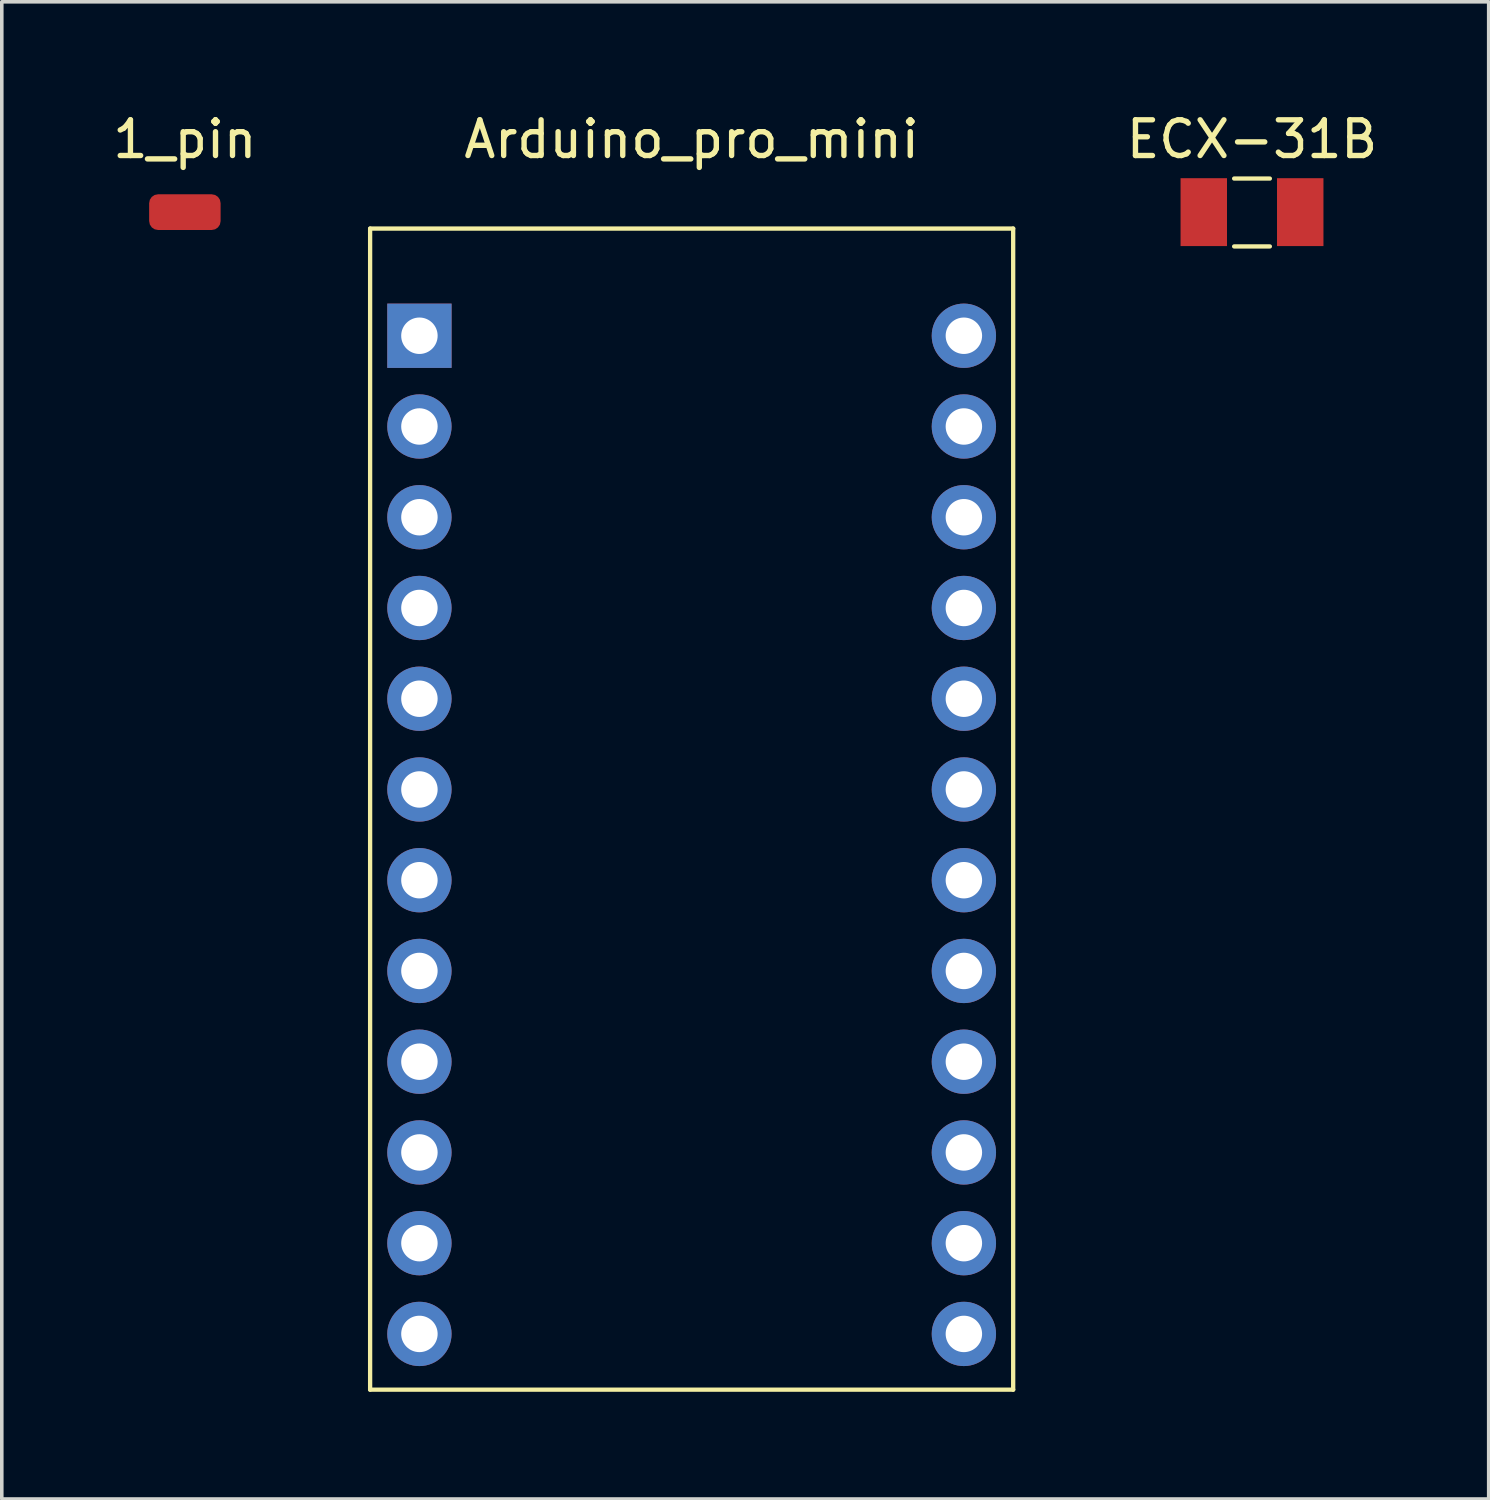
<source format=kicad_pcb>
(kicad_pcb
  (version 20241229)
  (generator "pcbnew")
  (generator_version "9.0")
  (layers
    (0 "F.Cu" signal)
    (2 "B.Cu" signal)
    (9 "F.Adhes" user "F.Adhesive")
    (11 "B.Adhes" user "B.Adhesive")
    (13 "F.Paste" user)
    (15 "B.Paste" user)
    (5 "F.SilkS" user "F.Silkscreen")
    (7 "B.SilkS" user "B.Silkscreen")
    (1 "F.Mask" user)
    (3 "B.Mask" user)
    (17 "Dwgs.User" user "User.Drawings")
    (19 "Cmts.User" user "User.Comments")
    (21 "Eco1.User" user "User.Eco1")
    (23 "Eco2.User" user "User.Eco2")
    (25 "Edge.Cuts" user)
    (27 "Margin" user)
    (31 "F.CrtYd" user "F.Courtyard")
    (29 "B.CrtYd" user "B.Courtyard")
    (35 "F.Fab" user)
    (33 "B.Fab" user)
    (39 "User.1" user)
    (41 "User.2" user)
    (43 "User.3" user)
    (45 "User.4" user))
  (footprint "ECX-31B"
    (layer "F.Cu")
    (at 31.995 0.348)
    (property "Reference" "ECX-31B" (at 0 0.5 0) (layer "F.SilkS") (effects (font (size 1 1) (thickness 0.15))))
    (attr through_hole)
    (fp_line (start -0.5 1.6) (end 0.5 1.6) (stroke (width 0.12) (type solid)) (layer "F.SilkS"))
    (fp_line (start 0.5 3.5) (end -0.5 3.5) (stroke (width 0.12) (type solid)) (layer "F.SilkS"))
    (pad "1" smd rect (at -1.35 2.54) (size 1.3 1.9) (layers "F.Cu" "F.Mask" "F.Paste"))
    (pad "2" smd rect (at 1.35 2.54) (size 1.3 1.9) (layers "F.Cu" "F.Mask" "F.Paste")))
  (footprint "Arduino_pro_mini"
    (layer "F.Cu")
    (at 16.31 4.348)
    (property "Reference" "Arduino_pro_mini" (at 0 -3.5 0) (layer "F.SilkS") (effects (font (size 1 1) (thickness 0.15))))
    (attr through_hole)
    (fp_line (start -9 -1) (end 9 -1) (stroke (width 0.12) (type solid)) (layer "F.SilkS"))
    (fp_line (start -9 31.5) (end -9 -1) (stroke (width 0.12) (type solid)) (layer "F.SilkS"))
    (fp_line (start 9 -1) (end 9 31.5) (stroke (width 0.12) (type solid)) (layer "F.SilkS"))
    (fp_line (start 9 31.5) (end -9 31.5) (stroke (width 0.12) (type solid)) (layer "F.SilkS"))
    (pad "1" thru_hole rect (at -7.62 2) (size 1.8 1.8) (drill 1.02) (layers "*.Cu" "*.Mask"))
    (pad "2" thru_hole circle (at -7.62 4.54) (size 1.8 1.8) (drill 1.02) (layers "*.Cu" "*.Mask"))
    (pad "3" thru_hole circle (at -7.62 7.08) (size 1.8 1.8) (drill 1.02) (layers "*.Cu" "*.Mask"))
    (pad "4" thru_hole circle (at -7.62 9.62) (size 1.8 1.8) (drill 1.02) (layers "*.Cu" "*.Mask"))
    (pad "5" thru_hole circle (at -7.62 12.16) (size 1.8 1.8) (drill 1.02) (layers "*.Cu" "*.Mask"))
    (pad "6" thru_hole circle (at -7.62 14.7) (size 1.8 1.8) (drill 1.02) (layers "*.Cu" "*.Mask"))
    (pad "7" thru_hole circle (at -7.62 17.24) (size 1.8 1.8) (drill 1.02) (layers "*.Cu" "*.Mask"))
    (pad "8" thru_hole circle (at -7.62 19.78) (size 1.8 1.8) (drill 1.02) (layers "*.Cu" "*.Mask"))
    (pad "9" thru_hole circle (at -7.62 22.32) (size 1.8 1.8) (drill 1.02) (layers "*.Cu" "*.Mask"))
    (pad "10" thru_hole circle (at -7.62 24.86) (size 1.8 1.8) (drill 1.02) (layers "*.Cu" "*.Mask"))
    (pad "11" thru_hole circle (at -7.62 27.4) (size 1.8 1.8) (drill 1.02) (layers "*.Cu" "*.Mask"))
    (pad "12" thru_hole circle (at -7.62 29.94) (size 1.8 1.8) (drill 1.02) (layers "*.Cu" "*.Mask"))
    (pad "13" thru_hole circle (at 7.62 29.94) (size 1.8 1.8) (drill 1.02) (layers "*.Cu" "*.Mask"))
    (pad "14" thru_hole circle (at 7.62 27.4) (size 1.8 1.8) (drill 1.02) (layers "*.Cu" "*.Mask"))
    (pad "15" thru_hole circle (at 7.62 24.86) (size 1.8 1.8) (drill 1.02) (layers "*.Cu" "*.Mask"))
    (pad "16" thru_hole circle (at 7.62 22.32) (size 1.8 1.8) (drill 1.02) (layers "*.Cu" "*.Mask"))
    (pad "17" thru_hole circle (at 7.62 19.78) (size 1.8 1.8) (drill 1.02) (layers "*.Cu" "*.Mask"))
    (pad "18" thru_hole circle (at 7.62 17.24) (size 1.8 1.8) (drill 1.02) (layers "*.Cu" "*.Mask"))
    (pad "19" thru_hole circle (at 7.62 14.7) (size 1.8 1.8) (drill 1.02) (layers "*.Cu" "*.Mask"))
    (pad "20" thru_hole circle (at 7.62 12.16) (size 1.8 1.8) (drill 1.02) (layers "*.Cu" "*.Mask"))
    (pad "21" thru_hole circle (at 7.62 9.62) (size 1.8 1.8) (drill 1.02) (layers "*.Cu" "*.Mask"))
    (pad "22" thru_hole circle (at 7.62 7.08) (size 1.8 1.8) (drill 1.02) (layers "*.Cu" "*.Mask"))
    (pad "23" thru_hole circle (at 7.62 4.54) (size 1.8 1.8) (drill 1.02) (layers "*.Cu" "*.Mask"))
    (pad "24" thru_hole circle (at 7.62 2) (size 1.8 1.8) (drill 1.02) (layers "*.Cu" "*.Mask")))
  (footprint "1_pin"
    (layer "F.Cu")
    (at 2.125 0.348)
    (property "Reference" "1_pin" (at 0 0.5 0) (layer "F.SilkS") (effects (font (size 1 1) (thickness 0.15))))
    (attr through_hole)
    (pad "1" smd roundrect (at 0 2.54) (size 2 1) (layers "F.Cu" "F.Mask" "F.Paste") (roundrect_rratio 0.25)))
  (gr_rect
    (start -3 -3)
    (end 38.62 38.908)
    (stroke (width 0.1) (type default))
    (fill no)
    (layer "Edge.Cuts")))
</source>
